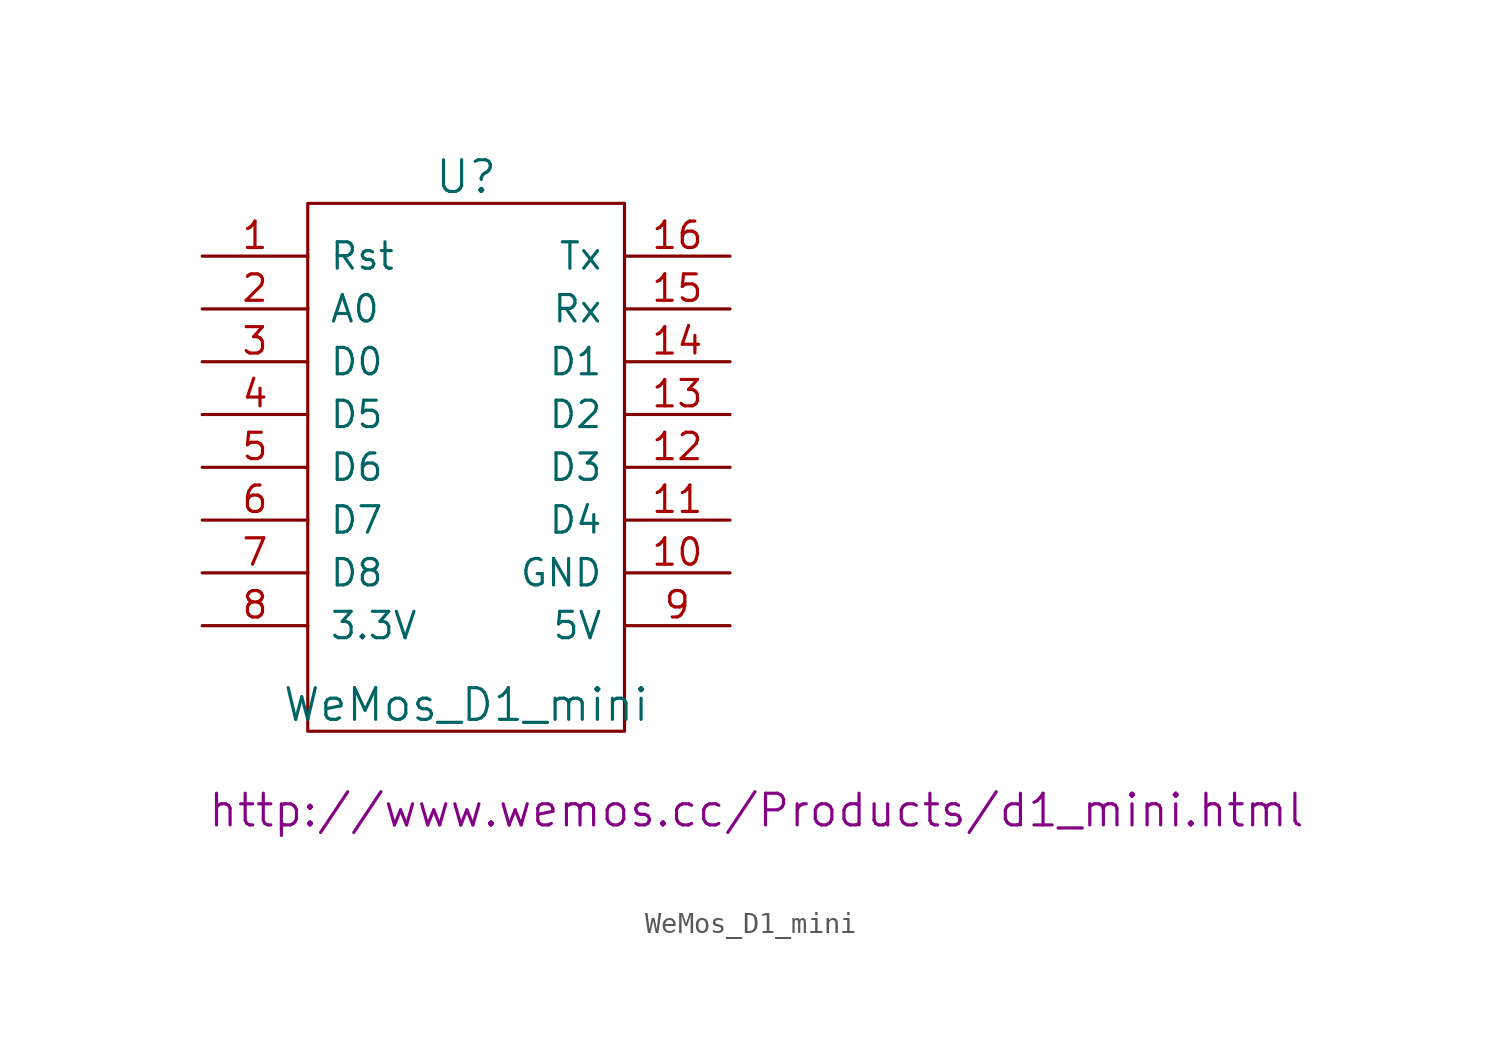
<source format=kicad_sym>
(kicad_symbol_lib
  (version 20220914)
  (generator kicad_symbol_editor)
  (symbol "WeMos_D1_mini"
    (pin_names
      (offset 1.016))
    (property "Reference" "U"
      (at 0 12.7 0)
      (effects (font (size 1.524 1.524))))
    (property "Value" "WeMos_D1_mini"
      (at 0 -12.7 0)
      (effects (font (size 1.524 1.524))))
    (property "Footprint" ""
      (at 13.97 -17.78 0)
      (effects (font (size 1.524 1.524))))
    (property "Datasheet" "http://www.wemos.cc/Products/d1_mini.html"
      (at 13.97 -17.78 0)
      (effects (font (size 1.524 1.524))))
    (symbol "WeMos_D1_mini_0_1"
      (rectangle (start -7.62 11.43) (end 7.62 -13.97) (stroke (width 0) (type solid)) (fill (type none))))
    (symbol "WeMos_D1_mini_1_1"
      (pin bidirectional line (at -12.7 8.89 0) (length 5.08) (name "Rst" (effects (font (size 1.27 1.27)))) (number "1" (effects (font (size 1.27 1.27)))))
      (pin power_in line (at 12.7 -6.35 180) (length 5.08) (name "GND" (effects (font (size 1.27 1.27)))) (number "10" (effects (font (size 1.27 1.27)))))
      (pin bidirectional line (at 12.7 -3.81 180) (length 5.08) (name "D4" (effects (font (size 1.27 1.27)))) (number "11" (effects (font (size 1.27 1.27)))))
      (pin bidirectional line (at 12.7 -1.27 180) (length 5.08) (name "D3" (effects (font (size 1.27 1.27)))) (number "12" (effects (font (size 1.27 1.27)))))
      (pin bidirectional line (at 12.7 1.27 180) (length 5.08) (name "D2" (effects (font (size 1.27 1.27)))) (number "13" (effects (font (size 1.27 1.27)))))
      (pin bidirectional line (at 12.7 3.81 180) (length 5.08) (name "D1" (effects (font (size 1.27 1.27)))) (number "14" (effects (font (size 1.27 1.27)))))
      (pin bidirectional line (at 12.7 6.35 180) (length 5.08) (name "Rx" (effects (font (size 1.27 1.27)))) (number "15" (effects (font (size 1.27 1.27)))))
      (pin bidirectional line (at 12.7 8.89 180) (length 5.08) (name "Tx" (effects (font (size 1.27 1.27)))) (number "16" (effects (font (size 1.27 1.27)))))
      (pin bidirectional line (at -12.7 6.35 0) (length 5.08) (name "A0" (effects (font (size 1.27 1.27)))) (number "2" (effects (font (size 1.27 1.27)))))
      (pin bidirectional line (at -12.7 3.81 0) (length 5.08) (name "D0" (effects (font (size 1.27 1.27)))) (number "3" (effects (font (size 1.27 1.27)))))
      (pin bidirectional line (at -12.7 1.27 0) (length 5.08) (name "D5" (effects (font (size 1.27 1.27)))) (number "4" (effects (font (size 1.27 1.27)))))
      (pin bidirectional line (at -12.7 -1.27 0) (length 5.08) (name "D6" (effects (font (size 1.27 1.27)))) (number "5" (effects (font (size 1.27 1.27)))))
      (pin bidirectional line (at -12.7 -3.81 0) (length 5.08) (name "D7" (effects (font (size 1.27 1.27)))) (number "6" (effects (font (size 1.27 1.27)))))
      (pin bidirectional line (at -12.7 -6.35 0) (length 5.08) (name "D8" (effects (font (size 1.27 1.27)))) (number "7" (effects (font (size 1.27 1.27)))))
      (pin power_out line (at -12.7 -8.89 0) (length 5.08) (name "3.3V" (effects (font (size 1.27 1.27)))) (number "8" (effects (font (size 1.27 1.27)))))
      (pin power_in line (at 12.7 -8.89 180) (length 5.08) (name "5V" (effects (font (size 1.27 1.27)))) (number "9" (effects (font (size 1.27 1.27))))))))
</source>
